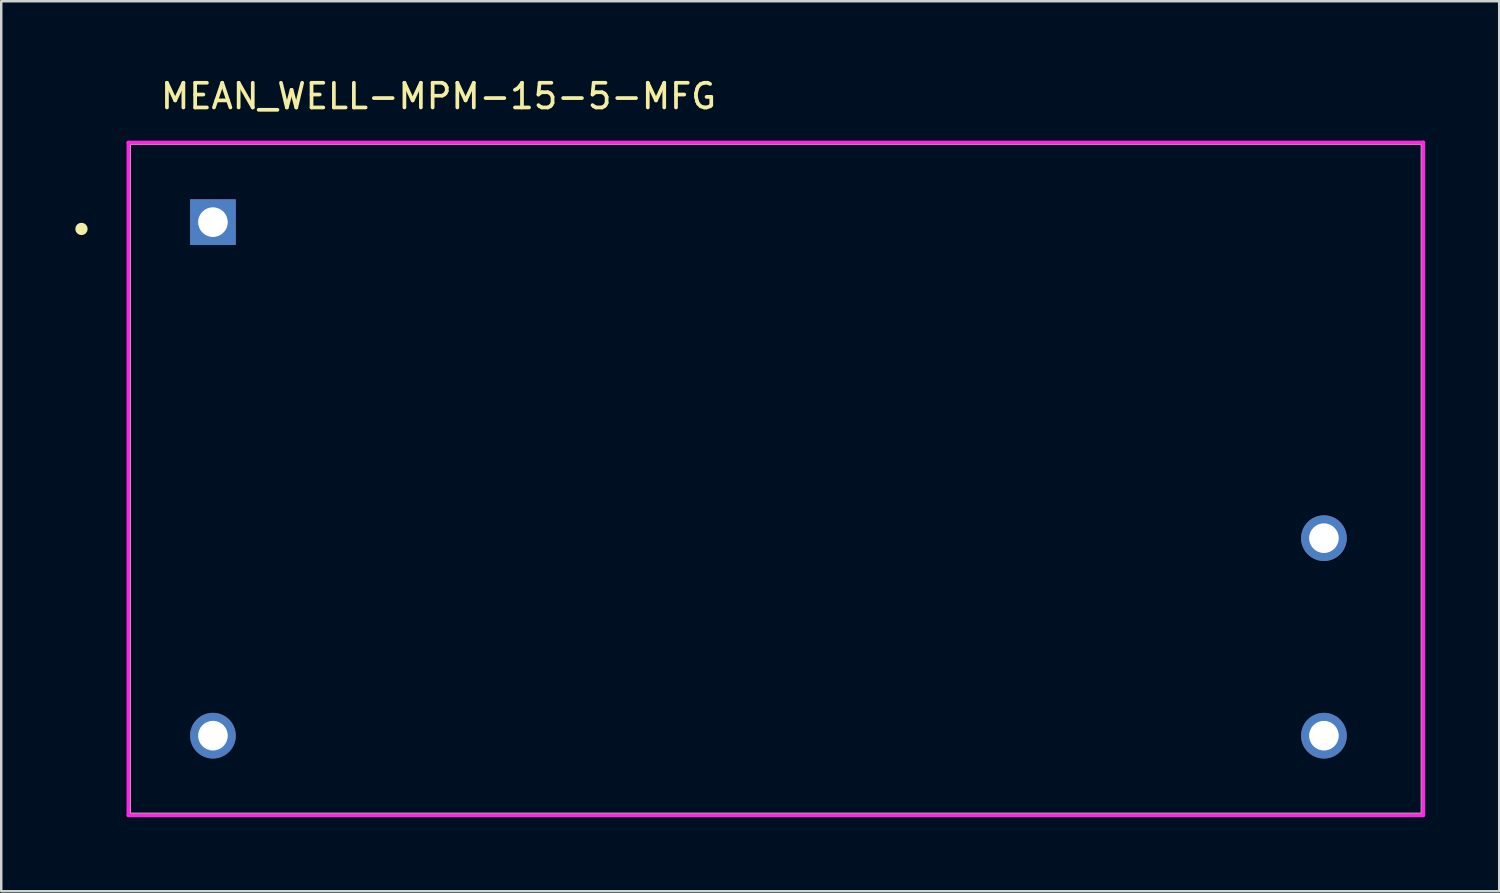
<source format=kicad_pcb>
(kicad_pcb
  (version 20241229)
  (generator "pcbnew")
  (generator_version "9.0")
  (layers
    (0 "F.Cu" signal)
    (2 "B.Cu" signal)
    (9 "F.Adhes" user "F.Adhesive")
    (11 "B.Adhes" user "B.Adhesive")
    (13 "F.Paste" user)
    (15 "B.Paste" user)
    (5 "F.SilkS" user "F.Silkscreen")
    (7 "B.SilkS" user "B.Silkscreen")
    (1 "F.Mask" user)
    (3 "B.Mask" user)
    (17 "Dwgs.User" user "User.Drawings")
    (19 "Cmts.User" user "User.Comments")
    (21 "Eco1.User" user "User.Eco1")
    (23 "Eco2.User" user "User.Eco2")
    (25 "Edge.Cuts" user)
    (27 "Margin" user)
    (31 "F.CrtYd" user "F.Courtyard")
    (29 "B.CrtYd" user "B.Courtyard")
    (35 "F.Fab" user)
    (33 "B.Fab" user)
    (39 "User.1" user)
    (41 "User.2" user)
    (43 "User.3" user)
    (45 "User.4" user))
  (footprint "MEAN_WELL-MPM-15-5-MFG"
    (layer "F.Cu")
    (at 28.375 16.348)
    (property "Reference" "MEAN_WELL-MPM-15-5-MFG" (at -25 -15.5 0) (layer "F.SilkS") (effects (font (size 1 1) (thickness 0.15)) (justify left)))
    (attr through_hole)
    (fp_line (start -26.2 -13.6) (end 26.2 -13.6) (stroke (width 0.15) (type solid)) (layer "F.SilkS"))
    (fp_line (start -26.2 13.6) (end -26.2 -13.6) (stroke (width 0.15) (type solid)) (layer "F.SilkS"))
    (fp_line (start 26.2 -13.6) (end 26.2 13.6) (stroke (width 0.15) (type solid)) (layer "F.SilkS"))
    (fp_line (start 26.2 13.6) (end -26.2 13.6) (stroke (width 0.15) (type solid)) (layer "F.SilkS"))
    (fp_circle (center -28.125 -10.125) (end -28 -10.125) (stroke (width 0.25) (type solid)) (fill no) (layer "F.SilkS"))
    (fp_line (start -26.225 -13.625) (end -26.225 13.625) (stroke (width 0.15) (type solid)) (layer "F.CrtYd"))
    (fp_line (start -26.225 13.625) (end 26.225 13.625) (stroke (width 0.15) (type solid)) (layer "F.CrtYd"))
    (fp_line (start 26.225 -13.625) (end -26.225 -13.625) (stroke (width 0.15) (type solid)) (layer "F.CrtYd"))
    (fp_line (start 26.225 -13.625) (end 26.225 -13.625) (stroke (width 0.15) (type solid)) (layer "F.CrtYd"))
    (fp_line (start 26.225 13.625) (end 26.225 -13.625) (stroke (width 0.15) (type solid)) (layer "F.CrtYd"))
    (fp_line (start -26.2 -13.6) (end 26.2 -13.6) (stroke (width 0.15) (type solid)) (layer "F.Fab"))
    (fp_line (start -26.2 13.6) (end -26.2 -13.6) (stroke (width 0.15) (type solid)) (layer "F.Fab"))
    (fp_line (start 26.2 -13.6) (end 26.2 13.6) (stroke (width 0.15) (type solid)) (layer "F.Fab"))
    (fp_line (start 26.2 13.6) (end -26.2 13.6) (stroke (width 0.15) (type solid)) (layer "F.Fab"))
    (pad "1" thru_hole rect (at -22.8 -10.4) (size 1.85 1.85) (drill 1.2) (layers "*.Cu"))
    (pad "2" thru_hole circle (at 22.2 2.4) (size 1.85 1.85) (drill 1.2) (layers "*.Cu"))
    (pad "3" thru_hole circle (at -22.8 10.4) (size 1.85 1.85) (drill 1.2) (layers "*.Cu"))
    (pad "4" thru_hole circle (at 22.2 10.4) (size 1.85 1.85) (drill 1.2) (layers "*.Cu")))
  (gr_rect
    (start -3 -3)
    (end 57.675 33.048)
    (stroke (width 0.1) (type default))
    (fill no)
    (layer "Edge.Cuts")))
</source>
